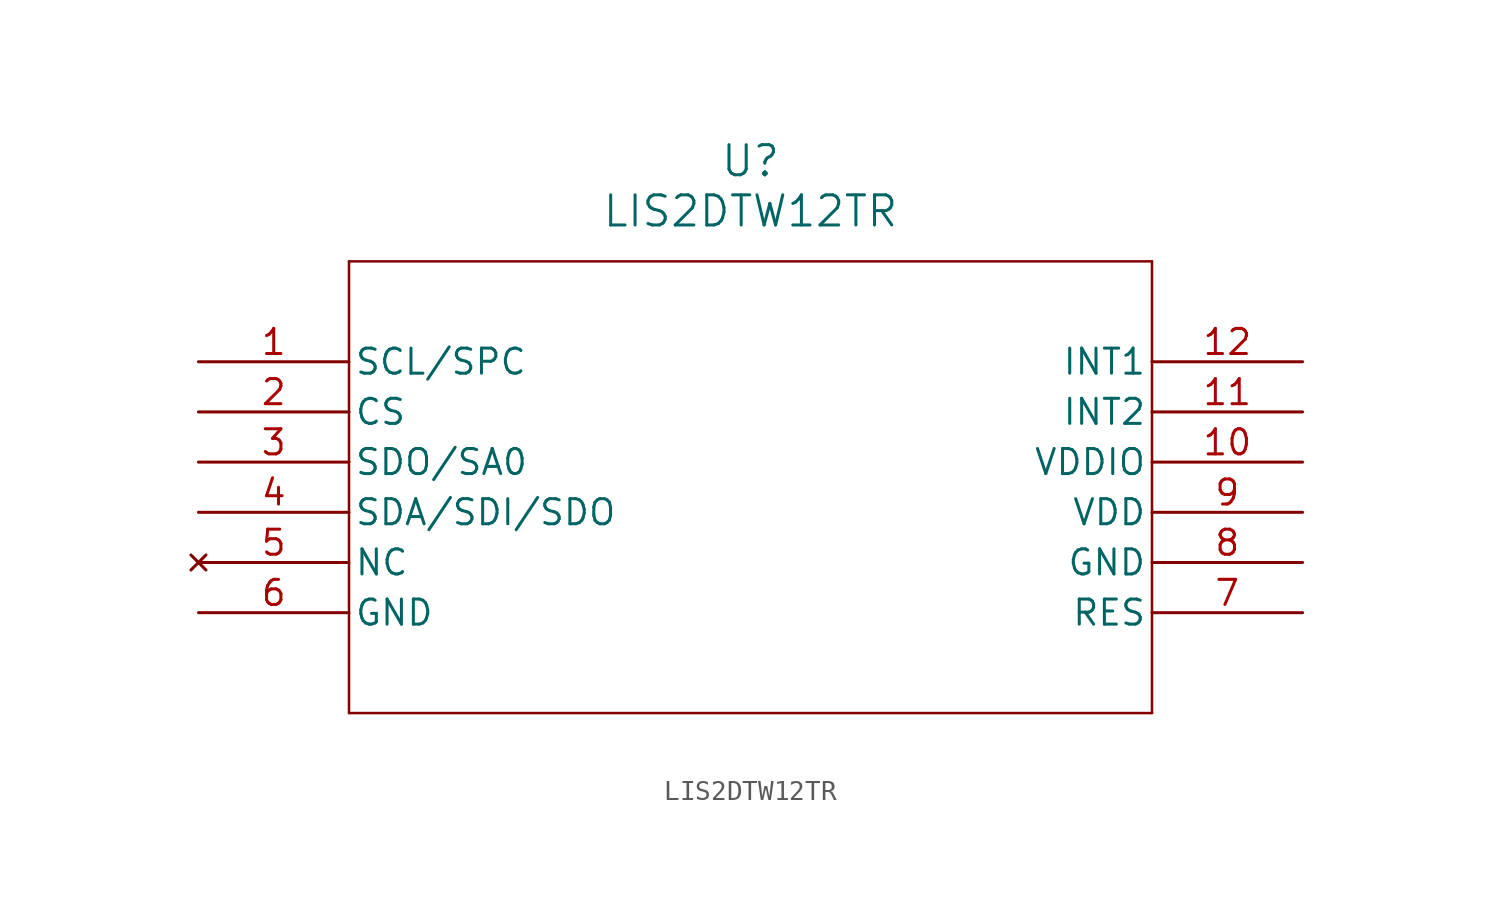
<source format=kicad_sym>
(kicad_symbol_lib
  (version 20211014)
  (generator kicad_symbol_editor)
  (symbol "LIS2DTW12TR"
    (pin_names
      (offset 0.254))
    (property "Reference" "U"
      (at 27.94 10.16 0)
      (effects (font (size 1.524 1.524))))
    (property "Value" "LIS2DTW12TR"
      (at 27.94 7.62 0)
      (effects (font (size 1.524 1.524))))
    (symbol "LIS2DTW12TR_0_1"
      (polyline (pts (xy 7.62 5.08) (xy 7.62 -17.78)) (stroke (width 0.127) (type default) (color 0 0 0 0)) (fill (type none)))
      (polyline (pts (xy 7.62 -17.78) (xy 48.26 -17.78)) (stroke (width 0.127) (type default) (color 0 0 0 0)) (fill (type none)))
      (polyline (pts (xy 48.26 -17.78) (xy 48.26 5.08)) (stroke (width 0.127) (type default) (color 0 0 0 0)) (fill (type none)))
      (polyline (pts (xy 48.26 5.08) (xy 7.62 5.08)) (stroke (width 0.127) (type default) (color 0 0 0 0)) (fill (type none)))
      (pin unspecified line (at 0 0 0) (length 7.62) (name "SCL/SPC" (effects (font (size 1.27 1.27)))) (number "1" (effects (font (size 1.27 1.27)))))
      (pin unspecified line (at 0 -2.54 0) (length 7.62) (name "CS" (effects (font (size 1.27 1.27)))) (number "2" (effects (font (size 1.27 1.27)))))
      (pin unspecified line (at 0 -5.08 0) (length 7.62) (name "SDO/SA0" (effects (font (size 1.27 1.27)))) (number "3" (effects (font (size 1.27 1.27)))))
      (pin unspecified line (at 0 -7.62 0) (length 7.62) (name "SDA/SDI/SDO" (effects (font (size 1.27 1.27)))) (number "4" (effects (font (size 1.27 1.27)))))
      (pin no_connect line (at 0 -10.16 0) (length 7.62) (name "NC" (effects (font (size 1.27 1.27)))) (number "5" (effects (font (size 1.27 1.27)))))
      (pin power_out line (at 0 -12.7 0) (length 7.62) (name "GND" (effects (font (size 1.27 1.27)))) (number "6" (effects (font (size 1.27 1.27)))))
      (pin unspecified line (at 55.88 -12.7 180) (length 7.62) (name "RES" (effects (font (size 1.27 1.27)))) (number "7" (effects (font (size 1.27 1.27)))))
      (pin power_out line (at 55.88 -10.16 180) (length 7.62) (name "GND" (effects (font (size 1.27 1.27)))) (number "8" (effects (font (size 1.27 1.27)))))
      (pin power_in line (at 55.88 -7.62 180) (length 7.62) (name "VDD" (effects (font (size 1.27 1.27)))) (number "9" (effects (font (size 1.27 1.27)))))
      (pin power_in line (at 55.88 -5.08 180) (length 7.62) (name "VDDIO" (effects (font (size 1.27 1.27)))) (number "10" (effects (font (size 1.27 1.27)))))
      (pin input line (at 55.88 -2.54 180) (length 7.62) (name "INT2" (effects (font (size 1.27 1.27)))) (number "11" (effects (font (size 1.27 1.27)))))
      (pin input line (at 55.88 0 180) (length 7.62) (name "INT1" (effects (font (size 1.27 1.27)))) (number "12" (effects (font (size 1.27 1.27))))))))
</source>
